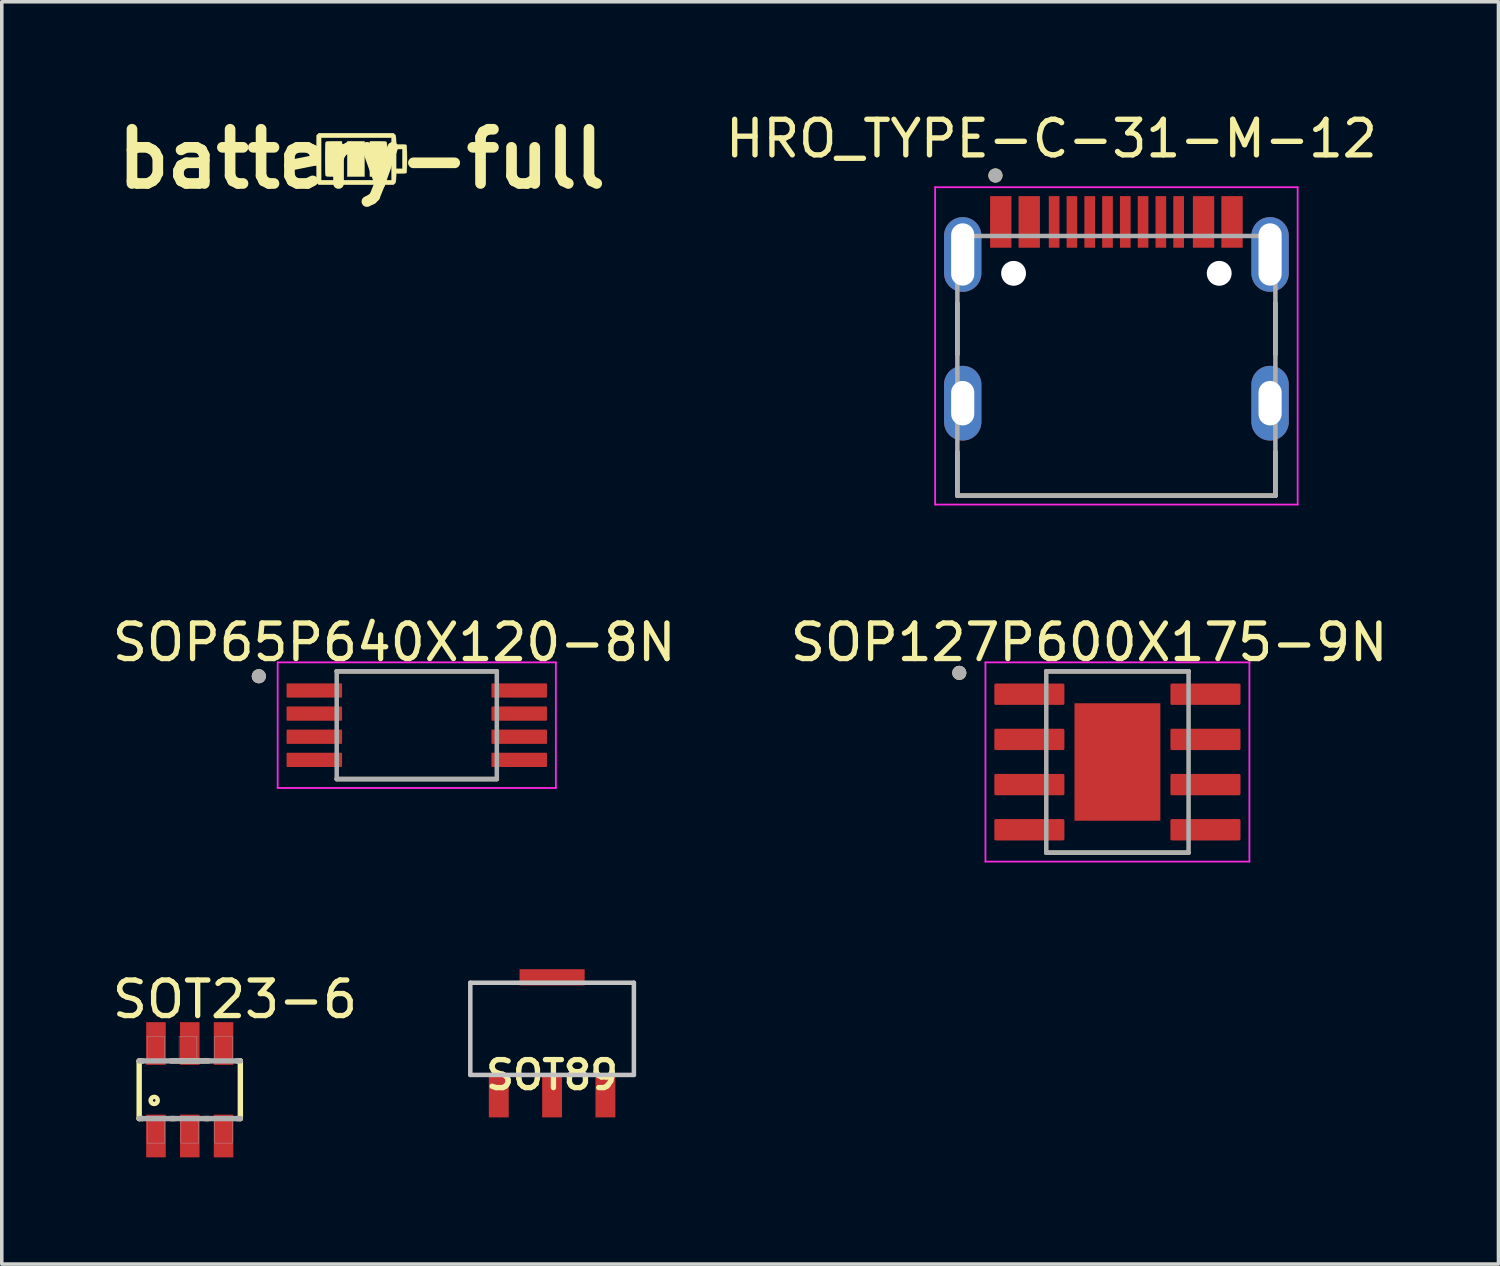
<source format=kicad_pcb>
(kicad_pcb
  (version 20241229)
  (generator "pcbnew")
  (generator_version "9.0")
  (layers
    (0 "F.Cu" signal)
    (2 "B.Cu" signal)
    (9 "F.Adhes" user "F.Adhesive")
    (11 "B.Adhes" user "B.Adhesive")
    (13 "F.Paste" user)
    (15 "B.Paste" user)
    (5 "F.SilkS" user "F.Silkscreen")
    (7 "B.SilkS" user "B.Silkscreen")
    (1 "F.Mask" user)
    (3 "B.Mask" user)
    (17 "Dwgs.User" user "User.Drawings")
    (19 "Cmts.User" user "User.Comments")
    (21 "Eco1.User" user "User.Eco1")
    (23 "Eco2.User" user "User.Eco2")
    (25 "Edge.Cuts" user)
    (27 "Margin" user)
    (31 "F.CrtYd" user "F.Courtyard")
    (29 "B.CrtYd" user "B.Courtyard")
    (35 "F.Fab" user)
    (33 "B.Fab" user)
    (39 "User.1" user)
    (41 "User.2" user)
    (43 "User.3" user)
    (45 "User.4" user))
  (footprint "SOT23-6"
    (layer "F.Cu")
    (at 2.284 27.582)
    (property "Reference" "SOT23-6" (at 1.27 -2.54 0) (layer "F.SilkS") (effects (font (size 1 1) (thickness 0.15))))
    (attr through_hole)
    (fp_line (start -1.422 -0.81) (end -1.328 -0.81) (stroke (width 0.152) (type solid)) (layer "F.SilkS"))
    (fp_line (start -1.422 0.81) (end -1.422 -0.81) (stroke (width 0.152) (type solid)) (layer "F.SilkS"))
    (fp_line (start -1.328 0.81) (end -1.422 0.81) (stroke (width 0.152) (type solid)) (layer "F.SilkS"))
    (fp_line (start -0.522 -0.81) (end 0.522 -0.81) (stroke (width 0.152) (type solid)) (layer "F.SilkS"))
    (fp_line (start -0.428 0.81) (end -0.522 0.81) (stroke (width 0.152) (type solid)) (layer "F.SilkS"))
    (fp_line (start 0.522 0.81) (end 0.428 0.81) (stroke (width 0.152) (type solid)) (layer "F.SilkS"))
    (fp_line (start 1.328 -0.81) (end 1.422 -0.81) (stroke (width 0.152) (type solid)) (layer "F.SilkS"))
    (fp_line (start 1.422 -0.81) (end 1.422 0.81) (stroke (width 0.152) (type solid)) (layer "F.SilkS"))
    (fp_line (start 1.422 0.81) (end 1.328 0.81) (stroke (width 0.152) (type solid)) (layer "F.SilkS"))
    (fp_circle (center -1 0.3) (end -0.9 0.3) (stroke (width 0.127) (type solid)) (fill no) (layer "F.SilkS"))
    (fp_line (start -1.422 -0.81) (end 1.422 -0.81) (stroke (width 0.152) (type solid)) (layer "F.Fab"))
    (fp_line (start 1.422 0.81) (end -1.422 0.81) (stroke (width 0.152) (type solid)) (layer "F.Fab"))
    (fp_poly (pts (xy -1.2 -1.5) (xy -0.7 -1.5) (xy -0.7 -0.85) (xy -1.2 -0.85)) (stroke (width 0.01) (type solid)) (fill no) (layer "F.Fab"))
    (fp_poly (pts (xy -1.2 0.85) (xy -0.7 0.85) (xy -0.7 1.5) (xy -1.2 1.5)) (stroke (width 0.01) (type solid)) (fill no) (layer "F.Fab"))
    (fp_poly (pts (xy -0.3 -1.5) (xy 0.2 -1.5) (xy 0.2 -0.85) (xy -0.3 -0.85)) (stroke (width 0.01) (type solid)) (fill no) (layer "F.Fab"))
    (fp_poly (pts (xy -0.25 0.85) (xy 0.25 0.85) (xy 0.25 1.5) (xy -0.25 1.5)) (stroke (width 0.01) (type solid)) (fill no) (layer "F.Fab"))
    (fp_poly (pts (xy 0.7 -1.5) (xy 1.2 -1.5) (xy 1.2 -0.85) (xy 0.7 -0.85)) (stroke (width 0.01) (type solid)) (fill no) (layer "F.Fab"))
    (fp_poly (pts (xy 0.7 0.85) (xy 1.2 0.85) (xy 1.2 1.5) (xy 0.7 1.5)) (stroke (width 0.01) (type solid)) (fill no) (layer "F.Fab"))
    (pad "1" smd rect (at -0.95 1.3) (size 0.55 1.2) (layers "F.Cu" "F.Mask" "F.Paste"))
    (pad "2" smd rect (at 0 1.3) (size 0.55 1.2) (layers "F.Cu" "F.Mask" "F.Paste"))
    (pad "3" smd rect (at 0.95 1.3) (size 0.55 1.2) (layers "F.Cu" "F.Mask" "F.Paste"))
    (pad "4" smd rect (at 0.95 -1.3) (size 0.55 1.2) (layers "F.Cu" "F.Mask" "F.Paste"))
    (pad "5" smd rect (at 0 -1.3) (size 0.55 1.2) (layers "F.Cu" "F.Mask" "F.Paste"))
    (pad "6" smd rect (at -0.95 -1.3) (size 0.55 1.2) (layers "F.Cu" "F.Mask" "F.Paste")))
  (footprint "SOP65P640X120-8N"
    (layer "F.Cu")
    (at 8.665 17.334)
    (property "Reference" "SOP65P640X120-8N" (at -0.635 -2.327 0) (layer "F.SilkS") (effects (font (size 1 1) (thickness 0.15))))
    (attr through_hole)
    (fp_line (start -2.25 -1.515) (end 2.25 -1.515) (stroke (width 0.127) (type solid)) (layer "F.SilkS"))
    (fp_line (start -2.25 1.515) (end 2.25 1.515) (stroke (width 0.127) (type solid)) (layer "F.SilkS"))
    (fp_circle (center -4.44 -1.375) (end -4.34 -1.375) (stroke (width 0.2) (type solid)) (fill no) (layer "F.SilkS"))
    (fp_line (start -3.91 -1.765) (end -3.91 1.765) (stroke (width 0.05) (type solid)) (layer "F.CrtYd"))
    (fp_line (start -3.91 -1.765) (end 3.91 -1.765) (stroke (width 0.05) (type solid)) (layer "F.CrtYd"))
    (fp_line (start -3.91 1.765) (end 3.91 1.765) (stroke (width 0.05) (type solid)) (layer "F.CrtYd"))
    (fp_line (start 3.91 -1.765) (end 3.91 1.765) (stroke (width 0.05) (type solid)) (layer "F.CrtYd"))
    (fp_line (start -2.25 -1.515) (end -2.25 1.515) (stroke (width 0.127) (type solid)) (layer "F.Fab"))
    (fp_line (start -2.25 -1.515) (end 2.25 -1.515) (stroke (width 0.127) (type solid)) (layer "F.Fab"))
    (fp_line (start -2.25 1.515) (end 2.25 1.515) (stroke (width 0.127) (type solid)) (layer "F.Fab"))
    (fp_line (start 2.25 -1.515) (end 2.25 1.515) (stroke (width 0.127) (type solid)) (layer "F.Fab"))
    (fp_circle (center -4.44 -1.375) (end -4.34 -1.375) (stroke (width 0.2) (type solid)) (fill no) (layer "F.Fab"))
    (pad "1" smd roundrect (at -2.88 -0.975) (size 1.56 0.4) (layers "F.Cu" "F.Mask" "F.Paste") (roundrect_rratio 0.05))
    (pad "2" smd roundrect (at -2.88 -0.325) (size 1.56 0.4) (layers "F.Cu" "F.Mask" "F.Paste") (roundrect_rratio 0.05))
    (pad "3" smd roundrect (at -2.88 0.325) (size 1.56 0.4) (layers "F.Cu" "F.Mask" "F.Paste") (roundrect_rratio 0.05))
    (pad "4" smd roundrect (at -2.88 0.975) (size 1.56 0.4) (layers "F.Cu" "F.Mask" "F.Paste") (roundrect_rratio 0.05))
    (pad "5" smd roundrect (at 2.88 0.975) (size 1.56 0.4) (layers "F.Cu" "F.Mask" "F.Paste") (roundrect_rratio 0.05))
    (pad "6" smd roundrect (at 2.88 0.325) (size 1.56 0.4) (layers "F.Cu" "F.Mask" "F.Paste") (roundrect_rratio 0.05))
    (pad "7" smd roundrect (at 2.88 -0.325) (size 1.56 0.4) (layers "F.Cu" "F.Mask" "F.Paste") (roundrect_rratio 0.05))
    (pad "8" smd roundrect (at 2.88 -0.975) (size 1.56 0.4) (layers "F.Cu" "F.Mask" "F.Paste") (roundrect_rratio 0.05)))
  (footprint "HRO_TYPE-C-31-M-12"
    (layer "F.Cu")
    (at 28.331 8.283)
    (property "Reference" "HRO_TYPE-C-31-M-12" (at -1.825 -7.435 0) (layer "F.SilkS") (effects (font (size 1 1) (thickness 0.15))))
    (attr through_hole)
    (fp_line (start -4.47 -2.81) (end -4.47 -1.37) (stroke (width 0.127) (type solid)) (layer "F.SilkS"))
    (fp_line (start -4.47 2.6) (end -4.47 1.37) (stroke (width 0.127) (type solid)) (layer "F.SilkS"))
    (fp_line (start 4.47 -2.81) (end 4.47 -1.37) (stroke (width 0.127) (type solid)) (layer "F.SilkS"))
    (fp_line (start 4.47 1.37) (end 4.47 2.6) (stroke (width 0.127) (type solid)) (layer "F.SilkS"))
    (fp_line (start 4.47 2.6) (end -4.47 2.6) (stroke (width 0.127) (type solid)) (layer "F.SilkS"))
    (fp_circle (center -3.4 -6.4) (end -3.3 -6.4) (stroke (width 0.2) (type solid)) (fill no) (layer "F.SilkS"))
    (fp_line (start -5.095 -6.07) (end -5.095 2.85) (stroke (width 0.05) (type solid)) (layer "F.CrtYd"))
    (fp_line (start -5.095 2.85) (end 5.095 2.85) (stroke (width 0.05) (type solid)) (layer "F.CrtYd"))
    (fp_line (start 5.095 -6.07) (end -5.095 -6.07) (stroke (width 0.05) (type solid)) (layer "F.CrtYd"))
    (fp_line (start 5.095 2.85) (end 5.095 -6.07) (stroke (width 0.05) (type solid)) (layer "F.CrtYd"))
    (fp_line (start -4.47 -4.7) (end -4.47 2.6) (stroke (width 0.127) (type solid)) (layer "F.Fab"))
    (fp_line (start -4.47 2.6) (end 4.47 2.6) (stroke (width 0.127) (type solid)) (layer "F.Fab"))
    (fp_line (start 4.47 -4.7) (end -4.47 -4.7) (stroke (width 0.127) (type solid)) (layer "F.Fab"))
    (fp_line (start 4.47 2.6) (end 4.47 -4.7) (stroke (width 0.127) (type solid)) (layer "F.Fab"))
    (fp_circle (center -3.4 -6.4) (end -3.3 -6.4) (stroke (width 0.2) (type solid)) (fill no) (layer "F.Fab"))
    (pad "" np_thru_hole circle (at -2.89 -3.65) (size 0.7 0.7) (drill 0.7) (layers "*.Cu" "*.Mask"))
    (pad "" np_thru_hole circle (at 2.89 -3.65) (size 0.7 0.7) (drill 0.7) (layers "*.Cu" "*.Mask"))
    (pad "A1B12" smd rect (at -3.25 -5.095) (size 0.6 1.45) (layers "F.Cu" "F.Mask" "F.Paste"))
    (pad "A4B9" smd rect (at -2.45 -5.095) (size 0.6 1.45) (layers "F.Cu" "F.Mask" "F.Paste"))
    (pad "A5" smd rect (at -1.25 -5.095) (size 0.3 1.45) (layers "F.Cu" "F.Mask" "F.Paste"))
    (pad "A6" smd rect (at -0.25 -5.095) (size 0.3 1.45) (layers "F.Cu" "F.Mask" "F.Paste"))
    (pad "A7" smd rect (at 0.25 -5.095) (size 0.3 1.45) (layers "F.Cu" "F.Mask" "F.Paste"))
    (pad "A8" smd rect (at 1.25 -5.095) (size 0.3 1.45) (layers "F.Cu" "F.Mask" "F.Paste"))
    (pad "B1A12" smd rect (at 3.25 -5.095) (size 0.6 1.45) (layers "F.Cu" "F.Mask" "F.Paste"))
    (pad "B4A9" smd rect (at 2.45 -5.095) (size 0.6 1.45) (layers "F.Cu" "F.Mask" "F.Paste"))
    (pad "B5" smd rect (at 1.75 -5.095) (size 0.3 1.45) (layers "F.Cu" "F.Mask" "F.Paste"))
    (pad "B6" smd rect (at 0.75 -5.095) (size 0.3 1.45) (layers "F.Cu" "F.Mask" "F.Paste"))
    (pad "B7" smd rect (at -0.75 -5.095) (size 0.3 1.45) (layers "F.Cu" "F.Mask" "F.Paste"))
    (pad "B8" smd rect (at -1.75 -5.095) (size 0.3 1.45) (layers "F.Cu" "F.Mask" "F.Paste"))
    (pad "S1" thru_hole oval (at -4.32 -4.18) (size 1.05 2.1) (drill oval 0.65 1.75) (layers "*.Cu" "*.Mask"))
    (pad "S2" thru_hole oval (at 4.32 -4.18) (size 1.05 2.1) (drill oval 0.65 1.75) (layers "*.Cu" "*.Mask"))
    (pad "S3" thru_hole oval (at -4.32 0) (size 1.05 2.1) (drill oval 0.65 1.25) (layers "*.Cu" "*.Mask"))
    (pad "S4" thru_hole oval (at 4.32 0) (size 1.05 2.1) (drill oval 0.65 1.25) (layers "*.Cu" "*.Mask")))
  (footprint "SOT89"
    (layer "F.Cu")
    (at 12.469 27.165)
    (property "Reference" "SOT89" (at 0 0 0) (layer "F.SilkS") (effects (font (size 0.787 0.787) (thickness 0.15))))
    (attr through_hole)
    (fp_line (start -2.299 -2.591) (end 2.299 -2.591) (stroke (width 0.127) (type solid)) (layer "Dwgs.User"))
    (fp_line (start -2.299 0) (end -2.299 -2.591) (stroke (width 0.127) (type solid)) (layer "Dwgs.User"))
    (fp_line (start -2.299 0) (end 2.299 0) (stroke (width 0.127) (type solid)) (layer "Dwgs.User"))
    (fp_line (start 2.299 0) (end 2.299 -2.591) (stroke (width 0.127) (type solid)) (layer "Dwgs.User"))
    (pad "GND" smd rect (at -1.499 0.597) (size 0.559 1.194) (layers "F.Cu" "F.Mask" "F.Paste"))
    (pad "P$4" smd rect (at 0 -2.743) (size 1.829 0.457) (layers "F.Cu" "F.Mask" "F.Paste"))
    (pad "VIN" smd rect (at 0 0.597) (size 0.559 1.194) (layers "F.Cu" "F.Mask" "F.Paste"))
    (pad "VOUT" smd rect (at 1.499 0.597) (size 0.559 1.194) (layers "F.Cu" "F.Mask" "F.Paste")))
  (footprint "battery-full"
    (layer "F.Cu")
    (at 7.119 1.418)
    (property "Reference" "battery-full" (at 0 0 0) (layer "F.SilkS") (effects (font (size 1.524 1.524) (thickness 0.3))))
    (attr through_hole)
    (fp_poly (pts (xy 0.076 0.495) (xy -0.406 0.495) (xy -0.406 -0.495) (xy 0.076 -0.495) (xy 0.076 0.495)) (stroke (width 0.01) (type solid)) (fill yes) (layer "F.SilkS"))
    (fp_poly (pts (xy 0.533 -0.495) (xy 0.594 -0.494) (xy 0.636 -0.491) (xy 0.665 -0.487) (xy 0.682 -0.482) (xy 0.691 -0.475) (xy 0.697 -0.467) (xy 0.701 -0.454) (xy 0.704 -0.432) (xy 0.707 -0.399) (xy 0.709 -0.353) (xy 0.71 -0.292) (xy 0.711 -0.212) (xy 0.711 -0.111) (xy 0.711 -0.001) (xy 0.711 0.119) (xy 0.711 0.216) (xy 0.71 0.293) (xy 0.709 0.352) (xy 0.707 0.395) (xy 0.705 0.427) (xy 0.702 0.448) (xy 0.697 0.461) (xy 0.692 0.47) (xy 0.688 0.474) (xy 0.676 0.482) (xy 0.657 0.488) (xy 0.628 0.492) (xy 0.585 0.494) (xy 0.523 0.495) (xy 0.447 0.495) (xy 0.229 0.495) (xy 0.229 -0.495) (xy 0.45 -0.495) (xy 0.533 -0.495)) (stroke (width 0.01) (type solid)) (fill yes) (layer "F.SilkS"))
    (fp_poly (pts (xy -0.559 -0.495) (xy -0.559 0.495) (xy -0.773 0.495) (xy -0.852 0.495) (xy -0.91 0.494) (xy -0.951 0.492) (xy -0.977 0.488) (xy -0.994 0.483) (xy -1.005 0.475) (xy -1.008 0.472) (xy -1.013 0.464) (xy -1.018 0.451) (xy -1.021 0.43) (xy -1.024 0.4) (xy -1.026 0.357) (xy -1.027 0.299) (xy -1.028 0.224) (xy -1.029 0.129) (xy -1.029 0.011) (xy -1.029 -0.003) (xy -1.029 -0.124) (xy -1.028 -0.222) (xy -1.027 -0.3) (xy -1.026 -0.359) (xy -1.024 -0.404) (xy -1.021 -0.435) (xy -1.018 -0.456) (xy -1.013 -0.469) (xy -1.009 -0.475) (xy -0.997 -0.483) (xy -0.978 -0.488) (xy -0.947 -0.492) (xy -0.901 -0.494) (xy -0.835 -0.495) (xy -0.774 -0.495) (xy -0.559 -0.495)) (stroke (width 0.01) (type solid)) (fill yes) (layer "F.SilkS"))
    (fp_poly (pts (xy 0.923 -0.693) (xy 0.939 -0.678) (xy 0.95 -0.662) (xy 0.957 -0.638) (xy 0.96 -0.603) (xy 0.963 -0.549) (xy 0.963 -0.535) (xy 0.968 -0.406) (xy 1.104 -0.406) (xy 1.176 -0.405) (xy 1.227 -0.4) (xy 1.253 -0.393) (xy 1.255 -0.391) (xy 1.259 -0.374) (xy 1.263 -0.336) (xy 1.266 -0.279) (xy 1.269 -0.21) (xy 1.27 -0.13) (xy 1.271 -0.044) (xy 1.271 0.043) (xy 1.27 0.129) (xy 1.269 0.208) (xy 1.266 0.278) (xy 1.263 0.335) (xy 1.259 0.374) (xy 1.255 0.391) (xy 1.255 0.391) (xy 1.233 0.399) (xy 1.187 0.404) (xy 1.118 0.406) (xy 1.104 0.406) (xy 0.968 0.406) (xy 0.963 0.535) (xy 0.961 0.593) (xy 0.957 0.632) (xy 0.952 0.657) (xy 0.942 0.675) (xy 0.927 0.69) (xy 0.923 0.693) (xy 0.888 0.724) (xy -1.208 0.724) (xy -1.239 0.693) (xy -1.27 0.662) (xy -1.27 -0.597) (xy -1.143 -0.597) (xy -1.143 0.597) (xy 0.838 0.597) (xy 0.838 -0.279) (xy 0.965 -0.279) (xy 0.965 0.279) (xy 1.143 0.279) (xy 1.143 -0.279) (xy 0.965 -0.279) (xy 0.838 -0.279) (xy 0.838 -0.597) (xy -1.143 -0.597) (xy -1.27 -0.597) (xy -1.27 -0.662) (xy -1.239 -0.693) (xy -1.208 -0.724) (xy 0.888 -0.724) (xy 0.923 -0.693)) (stroke (width 0.01) (type solid)) (fill yes) (layer "F.SilkS")))
  (footprint "SOP127P600X175-9N"
    (layer "F.Cu")
    (at 28.36 18.369)
    (property "Reference" "SOP127P600X175-9N" (at -0.795 -3.362 0) (layer "F.SilkS") (effects (font (size 1 1) (thickness 0.15))))
    (attr through_hole)
    (fp_line (start -2 -2.55) (end 2 -2.55) (stroke (width 0.127) (type solid)) (layer "F.SilkS"))
    (fp_line (start -2 2.55) (end 2 2.55) (stroke (width 0.127) (type solid)) (layer "F.SilkS"))
    (fp_circle (center -4.445 -2.505) (end -4.345 -2.505) (stroke (width 0.2) (type solid)) (fill no) (layer "F.SilkS"))
    (fp_poly (pts (xy -0.645 -0.82) (xy 0.645 -0.82) (xy 0.645 0.82) (xy -0.645 0.82)) (stroke (width 0.01) (type solid)) (fill yes) (layer "F.Paste"))
    (fp_line (start -3.71 -2.8) (end -3.71 2.8) (stroke (width 0.05) (type solid)) (layer "F.CrtYd"))
    (fp_line (start -3.71 -2.8) (end 3.71 -2.8) (stroke (width 0.05) (type solid)) (layer "F.CrtYd"))
    (fp_line (start -3.71 2.8) (end 3.71 2.8) (stroke (width 0.05) (type solid)) (layer "F.CrtYd"))
    (fp_line (start 3.71 -2.8) (end 3.71 2.8) (stroke (width 0.05) (type solid)) (layer "F.CrtYd"))
    (fp_line (start -2 -2.55) (end -2 2.55) (stroke (width 0.127) (type solid)) (layer "F.Fab"))
    (fp_line (start -2 -2.55) (end 2 -2.55) (stroke (width 0.127) (type solid)) (layer "F.Fab"))
    (fp_line (start -2 2.55) (end 2 2.55) (stroke (width 0.127) (type solid)) (layer "F.Fab"))
    (fp_line (start 2 -2.55) (end 2 2.55) (stroke (width 0.127) (type solid)) (layer "F.Fab"))
    (fp_circle (center -4.445 -2.505) (end -4.345 -2.505) (stroke (width 0.2) (type solid)) (fill no) (layer "F.Fab"))
    (pad "1" smd roundrect (at -2.475 -1.905) (size 1.97 0.6) (layers "F.Cu" "F.Mask" "F.Paste") (roundrect_rratio 0.07))
    (pad "2" smd roundrect (at -2.475 -0.635) (size 1.97 0.6) (layers "F.Cu" "F.Mask" "F.Paste") (roundrect_rratio 0.07))
    (pad "3" smd roundrect (at -2.475 0.635) (size 1.97 0.6) (layers "F.Cu" "F.Mask" "F.Paste") (roundrect_rratio 0.07))
    (pad "4" smd roundrect (at -2.475 1.905) (size 1.97 0.6) (layers "F.Cu" "F.Mask" "F.Paste") (roundrect_rratio 0.07))
    (pad "5" smd roundrect (at 2.475 1.905) (size 1.97 0.6) (layers "F.Cu" "F.Mask" "F.Paste") (roundrect_rratio 0.07))
    (pad "6" smd roundrect (at 2.475 0.635) (size 1.97 0.6) (layers "F.Cu" "F.Mask" "F.Paste") (roundrect_rratio 0.07))
    (pad "7" smd roundrect (at 2.475 -0.635) (size 1.97 0.6) (layers "F.Cu" "F.Mask" "F.Paste") (roundrect_rratio 0.07))
    (pad "8" smd roundrect (at 2.475 -1.905) (size 1.97 0.6) (layers "F.Cu" "F.Mask" "F.Paste") (roundrect_rratio 0.07))
    (pad "9" smd rect (at 0 0) (size 2.413 3.302) (layers "F.Cu" "F.Mask")))
  (gr_rect
    (start -3 -3)
    (end 39.071 32.482)
    (stroke (width 0.1) (type default))
    (fill no)
    (layer "Edge.Cuts")))
</source>
